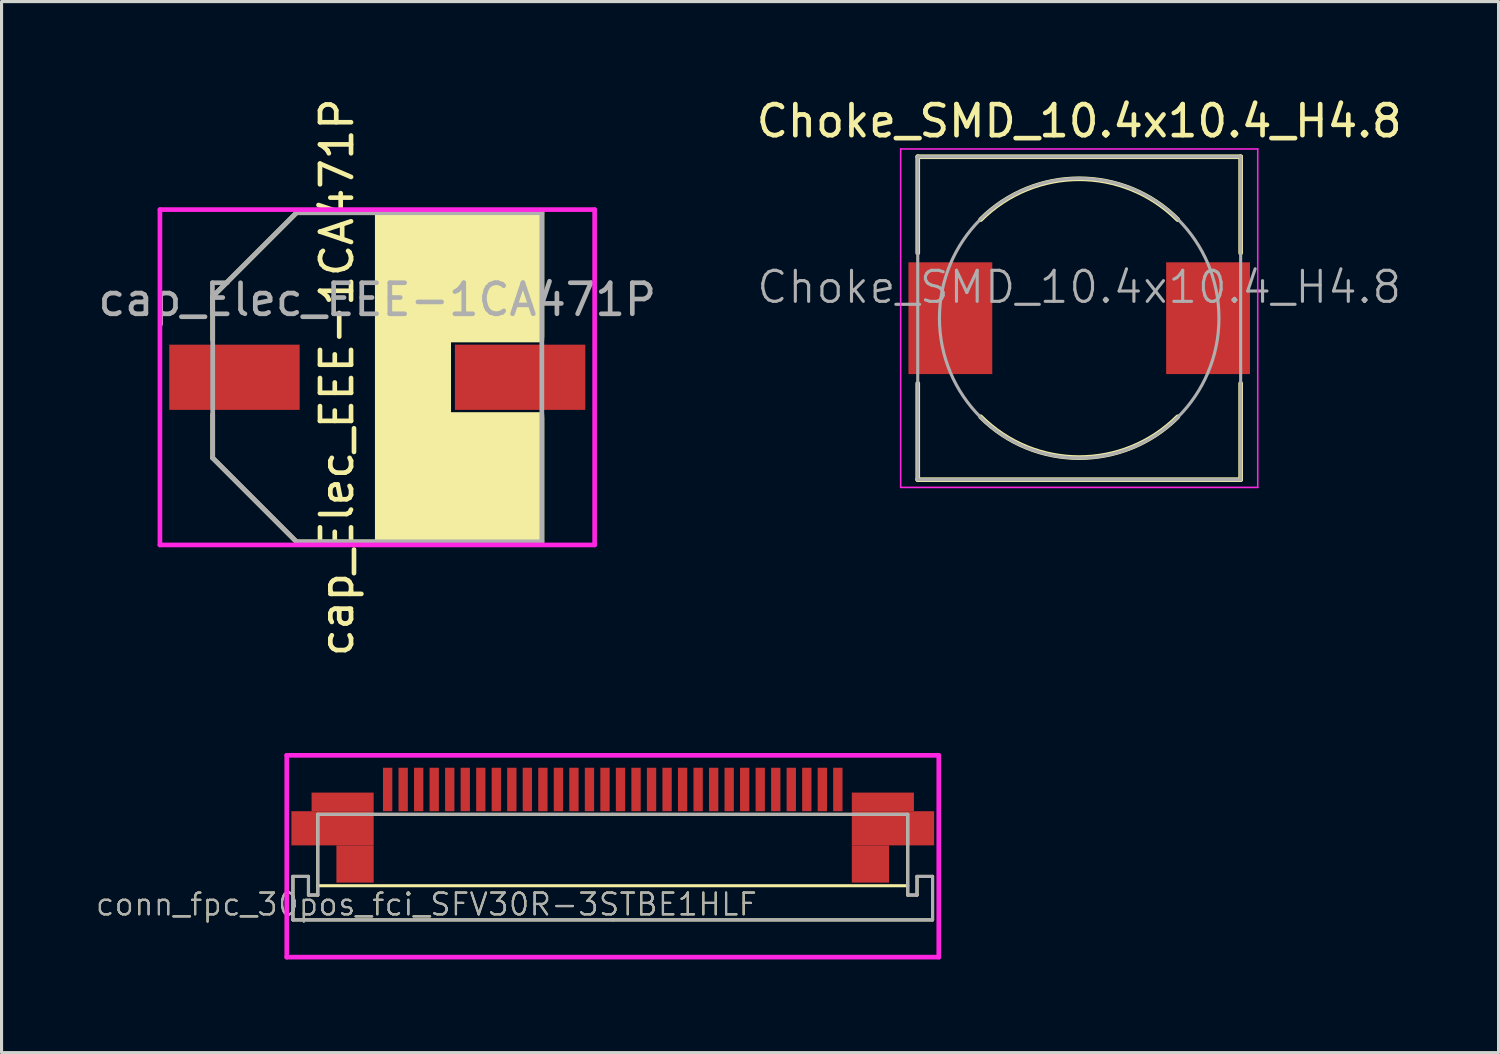
<source format=kicad_pcb>
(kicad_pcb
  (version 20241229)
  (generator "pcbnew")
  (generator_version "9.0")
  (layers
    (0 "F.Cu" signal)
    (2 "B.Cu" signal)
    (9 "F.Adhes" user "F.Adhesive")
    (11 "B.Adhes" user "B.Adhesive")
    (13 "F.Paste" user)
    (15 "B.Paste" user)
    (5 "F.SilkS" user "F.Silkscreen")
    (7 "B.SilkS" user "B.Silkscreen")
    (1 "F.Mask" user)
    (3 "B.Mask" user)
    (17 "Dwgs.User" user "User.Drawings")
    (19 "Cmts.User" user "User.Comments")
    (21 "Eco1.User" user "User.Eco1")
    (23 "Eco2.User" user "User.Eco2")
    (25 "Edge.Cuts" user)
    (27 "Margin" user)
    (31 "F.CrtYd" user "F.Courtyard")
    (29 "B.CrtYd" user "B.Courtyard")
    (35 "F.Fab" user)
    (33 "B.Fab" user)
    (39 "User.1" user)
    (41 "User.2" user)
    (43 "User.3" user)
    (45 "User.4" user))
  (footprint "conn_fpc_30pos_fci_SFV30R-3STBE1HLF"
    (layer "F.Cu")
    (at 16.685 22.777)
    (property "Reference" "conn_fpc_30pos_fci_SFV30R-3STBE1HLF" (at -6 3.3 0) (layer "F.SilkS") (effects (font (size 0.7 0.7) (thickness 0.07))))
    (attr smd)
    (fp_line (start -10.3 3.8) (end -10.3 2.4) (stroke (width 0.1) (type solid)) (layer "F.SilkS"))
    (fp_line (start -9.8 2.4) (end -10.3 2.4) (stroke (width 0.1) (type solid)) (layer "F.SilkS"))
    (fp_line (start -9.8 3) (end -9.8 2.4) (stroke (width 0.1) (type solid)) (layer "F.SilkS"))
    (fp_line (start -9.5 0.4) (end -9.5 3) (stroke (width 0.1) (type solid)) (layer "F.SilkS"))
    (fp_line (start -9.5 3) (end -9.8 3) (stroke (width 0.1) (type solid)) (layer "F.SilkS"))
    (fp_line (start 0 0.4) (end -9.5 0.4) (stroke (width 0.1) (type solid)) (layer "F.SilkS"))
    (fp_line (start 0 0.4) (end 9.5 0.4) (stroke (width 0.1) (type solid)) (layer "F.SilkS"))
    (fp_line (start 0 3.8) (end -10.3 3.8) (stroke (width 0.1) (type solid)) (layer "F.SilkS"))
    (fp_line (start 0 3.8) (end 10.3 3.8) (stroke (width 0.1) (type solid)) (layer "F.SilkS"))
    (fp_line (start 9.5 0.4) (end 9.5 3) (stroke (width 0.1) (type solid)) (layer "F.SilkS"))
    (fp_line (start 9.5 2.7) (end -9.5 2.7) (stroke (width 0.1) (type solid)) (layer "F.SilkS"))
    (fp_line (start 9.5 3) (end 9.8 3) (stroke (width 0.1) (type solid)) (layer "F.SilkS"))
    (fp_line (start 9.8 2.4) (end 10.3 2.4) (stroke (width 0.1) (type solid)) (layer "F.SilkS"))
    (fp_line (start 9.8 3) (end 9.8 2.4) (stroke (width 0.1) (type solid)) (layer "F.SilkS"))
    (fp_line (start 10.3 3.8) (end 10.3 2.4) (stroke (width 0.1) (type solid)) (layer "F.SilkS"))
    (fp_line (start -10.5 -1.5) (end 10.5 -1.5) (stroke (width 0.15) (type solid)) (layer "F.CrtYd"))
    (fp_line (start -10.5 5) (end -10.5 -1.5) (stroke (width 0.15) (type solid)) (layer "F.CrtYd"))
    (fp_line (start 10.5 -1.5) (end 10.5 5) (stroke (width 0.15) (type solid)) (layer "F.CrtYd"))
    (fp_line (start 10.5 5) (end -10.5 5) (stroke (width 0.15) (type solid)) (layer "F.CrtYd"))
    (fp_line (start -10.3 2.4) (end -10.3 3.8) (stroke (width 0.1) (type solid)) (layer "F.Fab"))
    (fp_line (start -10.3 3.8) (end 10.3 3.8) (stroke (width 0.1) (type solid)) (layer "F.Fab"))
    (fp_line (start -9.8 2.4) (end -10.3 2.4) (stroke (width 0.1) (type solid)) (layer "F.Fab"))
    (fp_line (start -9.8 3) (end -9.8 2.4) (stroke (width 0.1) (type solid)) (layer "F.Fab"))
    (fp_line (start -9.5 0.4) (end -9.5 3) (stroke (width 0.1) (type solid)) (layer "F.Fab"))
    (fp_line (start -9.5 3) (end -9.8 3) (stroke (width 0.1) (type solid)) (layer "F.Fab"))
    (fp_line (start 9.5 0.4) (end -9.5 0.4) (stroke (width 0.1) (type solid)) (layer "F.Fab"))
    (fp_line (start 9.5 3) (end 9.5 0.4) (stroke (width 0.1) (type solid)) (layer "F.Fab"))
    (fp_line (start 9.8 2.4) (end 9.8 3) (stroke (width 0.1) (type solid)) (layer "F.Fab"))
    (fp_line (start 9.8 3) (end 9.5 3) (stroke (width 0.1) (type solid)) (layer "F.Fab"))
    (fp_line (start 10.3 2.4) (end 9.8 2.4) (stroke (width 0.1) (type solid)) (layer "F.Fab"))
    (fp_line (start 10.3 3.8) (end 10.3 2.4) (stroke (width 0.1) (type solid)) (layer "F.Fab"))
    (fp_text user "${REFERENCE}" (at -6 3.3 0) (layer "F.Fab") (effects (font (size 0.7 0.7) (thickness 0.07))))
    (pad "" smd rect (at -9.025 0.85) (size 2.65 1.1) (layers "F.Cu" "F.Mask" "F.Paste"))
    (pad "" smd rect (at -8.7 0) (size 2 0.6) (layers "F.Cu" "F.Paste"))
    (pad "" smd rect (at -8.3 2) (size 1.2 1.2) (layers "F.Cu" "F.Paste"))
    (pad "" smd rect (at 8.3 2) (size 1.2 1.2) (layers "F.Cu" "F.Paste"))
    (pad "" smd rect (at 8.7 0) (size 2 0.6) (layers "F.Cu" "F.Mask" "F.Paste"))
    (pad "" smd rect (at 9.025 0.85) (size 2.65 1.1) (layers "F.Cu" "F.Mask" "F.Paste"))
    (pad "1" smd rect (at -7.25 -0.4) (size 0.3 1.4) (layers "F.Cu" "F.Mask" "F.Paste"))
    (pad "2" smd rect (at -6.75 -0.4) (size 0.3 1.4) (layers "F.Cu" "F.Mask" "F.Paste"))
    (pad "3" smd rect (at -6.25 -0.4) (size 0.3 1.4) (layers "F.Cu" "F.Mask" "F.Paste"))
    (pad "4" smd rect (at -5.75 -0.4) (size 0.3 1.4) (layers "F.Cu" "F.Mask" "F.Paste"))
    (pad "5" smd rect (at -5.25 -0.4) (size 0.3 1.4) (layers "F.Cu" "F.Mask" "F.Paste"))
    (pad "6" smd rect (at -4.75 -0.4) (size 0.3 1.4) (layers "F.Cu" "F.Mask" "F.Paste"))
    (pad "7" smd rect (at -4.25 -0.4) (size 0.3 1.4) (layers "F.Cu" "F.Mask" "F.Paste"))
    (pad "8" smd rect (at -3.75 -0.4) (size 0.3 1.4) (layers "F.Cu" "F.Mask" "F.Paste"))
    (pad "9" smd rect (at -3.25 -0.4) (size 0.3 1.4) (layers "F.Cu" "F.Mask" "F.Paste"))
    (pad "10" smd rect (at -2.75 -0.4) (size 0.3 1.4) (layers "F.Cu" "F.Mask" "F.Paste"))
    (pad "11" smd rect (at -2.25 -0.4) (size 0.3 1.4) (layers "F.Cu" "F.Mask" "F.Paste"))
    (pad "12" smd rect (at -1.75 -0.4) (size 0.3 1.4) (layers "F.Cu" "F.Mask" "F.Paste"))
    (pad "13" smd rect (at -1.25 -0.4) (size 0.3 1.4) (layers "F.Cu" "F.Mask" "F.Paste"))
    (pad "14" smd rect (at -0.75 -0.4) (size 0.3 1.4) (layers "F.Cu" "F.Mask" "F.Paste"))
    (pad "15" smd rect (at -0.25 -0.4) (size 0.3 1.4) (layers "F.Cu" "F.Mask" "F.Paste"))
    (pad "16" smd rect (at 0.25 -0.4) (size 0.3 1.4) (layers "F.Cu" "F.Mask" "F.Paste"))
    (pad "17" smd rect (at 0.75 -0.4) (size 0.3 1.4) (layers "F.Cu" "F.Mask" "F.Paste"))
    (pad "18" smd rect (at 1.25 -0.4) (size 0.3 1.4) (layers "F.Cu" "F.Mask" "F.Paste"))
    (pad "19" smd rect (at 1.75 -0.4) (size 0.3 1.4) (layers "F.Cu" "F.Mask" "F.Paste"))
    (pad "20" smd rect (at 2.25 -0.4) (size 0.3 1.4) (layers "F.Cu" "F.Mask" "F.Paste"))
    (pad "21" smd rect (at 2.75 -0.4) (size 0.3 1.4) (layers "F.Cu" "F.Mask" "F.Paste"))
    (pad "22" smd rect (at 3.25 -0.4) (size 0.3 1.4) (layers "F.Cu" "F.Mask" "F.Paste"))
    (pad "23" smd rect (at 3.75 -0.4) (size 0.3 1.4) (layers "F.Cu" "F.Mask" "F.Paste"))
    (pad "24" smd rect (at 4.25 -0.4) (size 0.3 1.4) (layers "F.Cu" "F.Mask" "F.Paste"))
    (pad "25" smd rect (at 4.75 -0.4) (size 0.3 1.4) (layers "F.Cu" "F.Mask" "F.Paste"))
    (pad "26" smd rect (at 5.25 -0.4) (size 0.3 1.4) (layers "F.Cu" "F.Mask" "F.Paste"))
    (pad "27" smd rect (at 5.75 -0.4) (size 0.3 1.4) (layers "F.Cu" "F.Mask" "F.Paste"))
    (pad "28" smd rect (at 6.25 -0.4) (size 0.3 1.4) (layers "F.Cu" "F.Mask" "F.Paste"))
    (pad "29" smd rect (at 6.75 -0.4) (size 0.3 1.4) (layers "F.Cu" "F.Mask" "F.Paste"))
    (pad "30" smd rect (at 7.25 -0.4) (size 0.3 1.4) (layers "F.Cu" "F.Mask" "F.Paste")))
  (footprint "Choke_SMD_10.4x10.4_H4.8"
    (layer "F.Cu")
    (at 31.708 7.198)
    (property "Reference" "Choke_SMD_10.4x10.4_H4.8" (at 0 -6.35 0) (layer "F.SilkS") (effects (font (size 1 1) (thickness 0.15))))
    (attr smd)
    (fp_line (start -5.2 -5.2) (end -5.2 -2.1) (stroke (width 0.15) (type solid)) (layer "F.SilkS"))
    (fp_line (start -5.2 -5.2) (end 5.2 -5.2) (stroke (width 0.15) (type solid)) (layer "F.SilkS"))
    (fp_line (start -5.2 5.2) (end -5.2 2.1) (stroke (width 0.15) (type solid)) (layer "F.SilkS"))
    (fp_line (start -5.2 5.2) (end 5.2 5.2) (stroke (width 0.15) (type solid)) (layer "F.SilkS"))
    (fp_line (start 5.2 -5.2) (end 5.2 -2.1) (stroke (width 0.15) (type solid)) (layer "F.SilkS"))
    (fp_line (start 5.2 5.2) (end 5.2 2.1) (stroke (width 0.15) (type solid)) (layer "F.SilkS"))
    (fp_arc (start -3.175 -3.175) (mid 0 -4.490128) (end 3.175 -3.175) (stroke (width 0.15) (type solid)) (layer "F.SilkS"))
    (fp_arc (start 3.175 3.175) (mid 0 4.490128) (end -3.175 3.175) (stroke (width 0.15) (type solid)) (layer "F.SilkS"))
    (fp_line (start -5.75 -5.45) (end -5.75 5.45) (stroke (width 0.05) (type solid)) (layer "F.CrtYd"))
    (fp_line (start -5.75 5.45) (end 5.75 5.45) (stroke (width 0.05) (type solid)) (layer "F.CrtYd"))
    (fp_line (start 5.75 -5.45) (end -5.75 -5.45) (stroke (width 0.05) (type solid)) (layer "F.CrtYd"))
    (fp_line (start 5.75 5.45) (end 5.75 -5.45) (stroke (width 0.05) (type solid)) (layer "F.CrtYd"))
    (fp_line (start -5.2 -5.2) (end 5.2 -5.2) (stroke (width 0.1) (type solid)) (layer "F.Fab"))
    (fp_line (start -5.2 5.2) (end -5.2 -5.2) (stroke (width 0.1) (type solid)) (layer "F.Fab"))
    (fp_line (start 5.2 -5.2) (end 5.2 5.2) (stroke (width 0.1) (type solid)) (layer "F.Fab"))
    (fp_line (start 5.2 5.2) (end -5.2 5.2) (stroke (width 0.1) (type solid)) (layer "F.Fab"))
    (fp_circle (center 0 0) (end 0.1 -4.5) (stroke (width 0.1) (type solid)) (fill no) (layer "F.Fab"))
    (fp_text user "${REFERENCE}" (at 0 -1 0) (layer "F.Fab") (effects (font (size 1 1) (thickness 0.1))))
    (pad "1" smd rect (at -4.15 0) (size 2.7 3.6) (layers "F.Cu" "F.Mask" "F.Paste"))
    (pad "2" smd rect (at 4.15 0) (size 2.7 3.6) (layers "F.Cu" "F.Mask" "F.Paste")))
  (footprint "cap_Elec_EEE-1CA471P"
    (layer "F.Cu")
    (at 9.101 9.101)
    (property "Reference" "cap_Elec_EEE-1CA471P" (at -1.3 0 90) (layer "F.SilkS") (effects (font (size 1 1) (thickness 0.15))))
    (attr smd)
    (fp_line (start -5.3 -2.6) (end -5.3 -1.2) (stroke (width 0.15) (type solid)) (layer "F.SilkS"))
    (fp_line (start -5.3 1.2) (end -5.3 2.6) (stroke (width 0.15) (type solid)) (layer "F.SilkS"))
    (fp_line (start -5.3 2.6) (end -2.6 5.3) (stroke (width 0.15) (type solid)) (layer "F.SilkS"))
    (fp_line (start -2.6 -5.3) (end -5.3 -2.6) (stroke (width 0.15) (type solid)) (layer "F.SilkS"))
    (fp_line (start -2.6 5.3) (end 5.3 5.3) (stroke (width 0.15) (type solid)) (layer "F.SilkS"))
    (fp_line (start 5.3 -5.3) (end -2.6 -5.3) (stroke (width 0.15) (type solid)) (layer "F.SilkS"))
    (fp_line (start 5.3 -1.3) (end 5.3 -5.3) (stroke (width 0.15) (type solid)) (layer "F.SilkS"))
    (fp_line (start 5.3 5.3) (end 5.3 1.3) (stroke (width 0.15) (type solid)) (layer "F.SilkS"))
    (fp_poly (pts (xy 0 5.3) (xy 0 -5.3) (xy 5.3 -5.3) (xy 5.3 -1.2) (xy 2.3 -1.2) (xy 2.3 1.2) (xy 5.3 1.2) (xy 5.3 5.3)) (stroke (width 0.15) (type solid)) (fill yes) (layer "F.SilkS"))
    (fp_line (start -7 -5.4) (end -7 5.4) (stroke (width 0.15) (type solid)) (layer "F.CrtYd"))
    (fp_line (start -7 5.4) (end 7 5.4) (stroke (width 0.15) (type solid)) (layer "F.CrtYd"))
    (fp_line (start 7 -5.4) (end -7 -5.4) (stroke (width 0.15) (type solid)) (layer "F.CrtYd"))
    (fp_line (start 7 5.4) (end 7 -5.4) (stroke (width 0.15) (type solid)) (layer "F.CrtYd"))
    (fp_line (start -5.3 -2.6) (end -5.3 2.6) (stroke (width 0.152) (type solid)) (layer "F.Fab"))
    (fp_line (start -5.3 -2.6) (end -2.6 -5.3) (stroke (width 0.152) (type solid)) (layer "F.Fab"))
    (fp_line (start -5.3 2.6) (end -2.6 5.3) (stroke (width 0.152) (type solid)) (layer "F.Fab"))
    (fp_line (start -2.6 5.3) (end 5.3 5.3) (stroke (width 0.152) (type solid)) (layer "F.Fab"))
    (fp_line (start 5.3 -5.3) (end -2.6 -5.3) (stroke (width 0.152) (type solid)) (layer "F.Fab"))
    (fp_line (start 5.3 5.3) (end 5.3 -5.3) (stroke (width 0.152) (type solid)) (layer "F.Fab"))
    (fp_text user "${REFERENCE}" (at 0 -2.5 0) (layer "F.Fab") (effects (font (size 1 1) (thickness 0.15))))
    (pad "1" smd rect (at -4.6 0) (size 4.2 2.1) (layers "F.Cu" "F.Mask" "F.Paste"))
    (pad "2" smd rect (at 4.6 0) (size 4.2 2.1) (layers "F.Cu" "F.Mask" "F.Paste")))
  (gr_rect
    (start -3 -3)
    (end 45.214 30.852)
    (stroke (width 0.1) (type default))
    (fill no)
    (layer "Edge.Cuts")))
</source>
